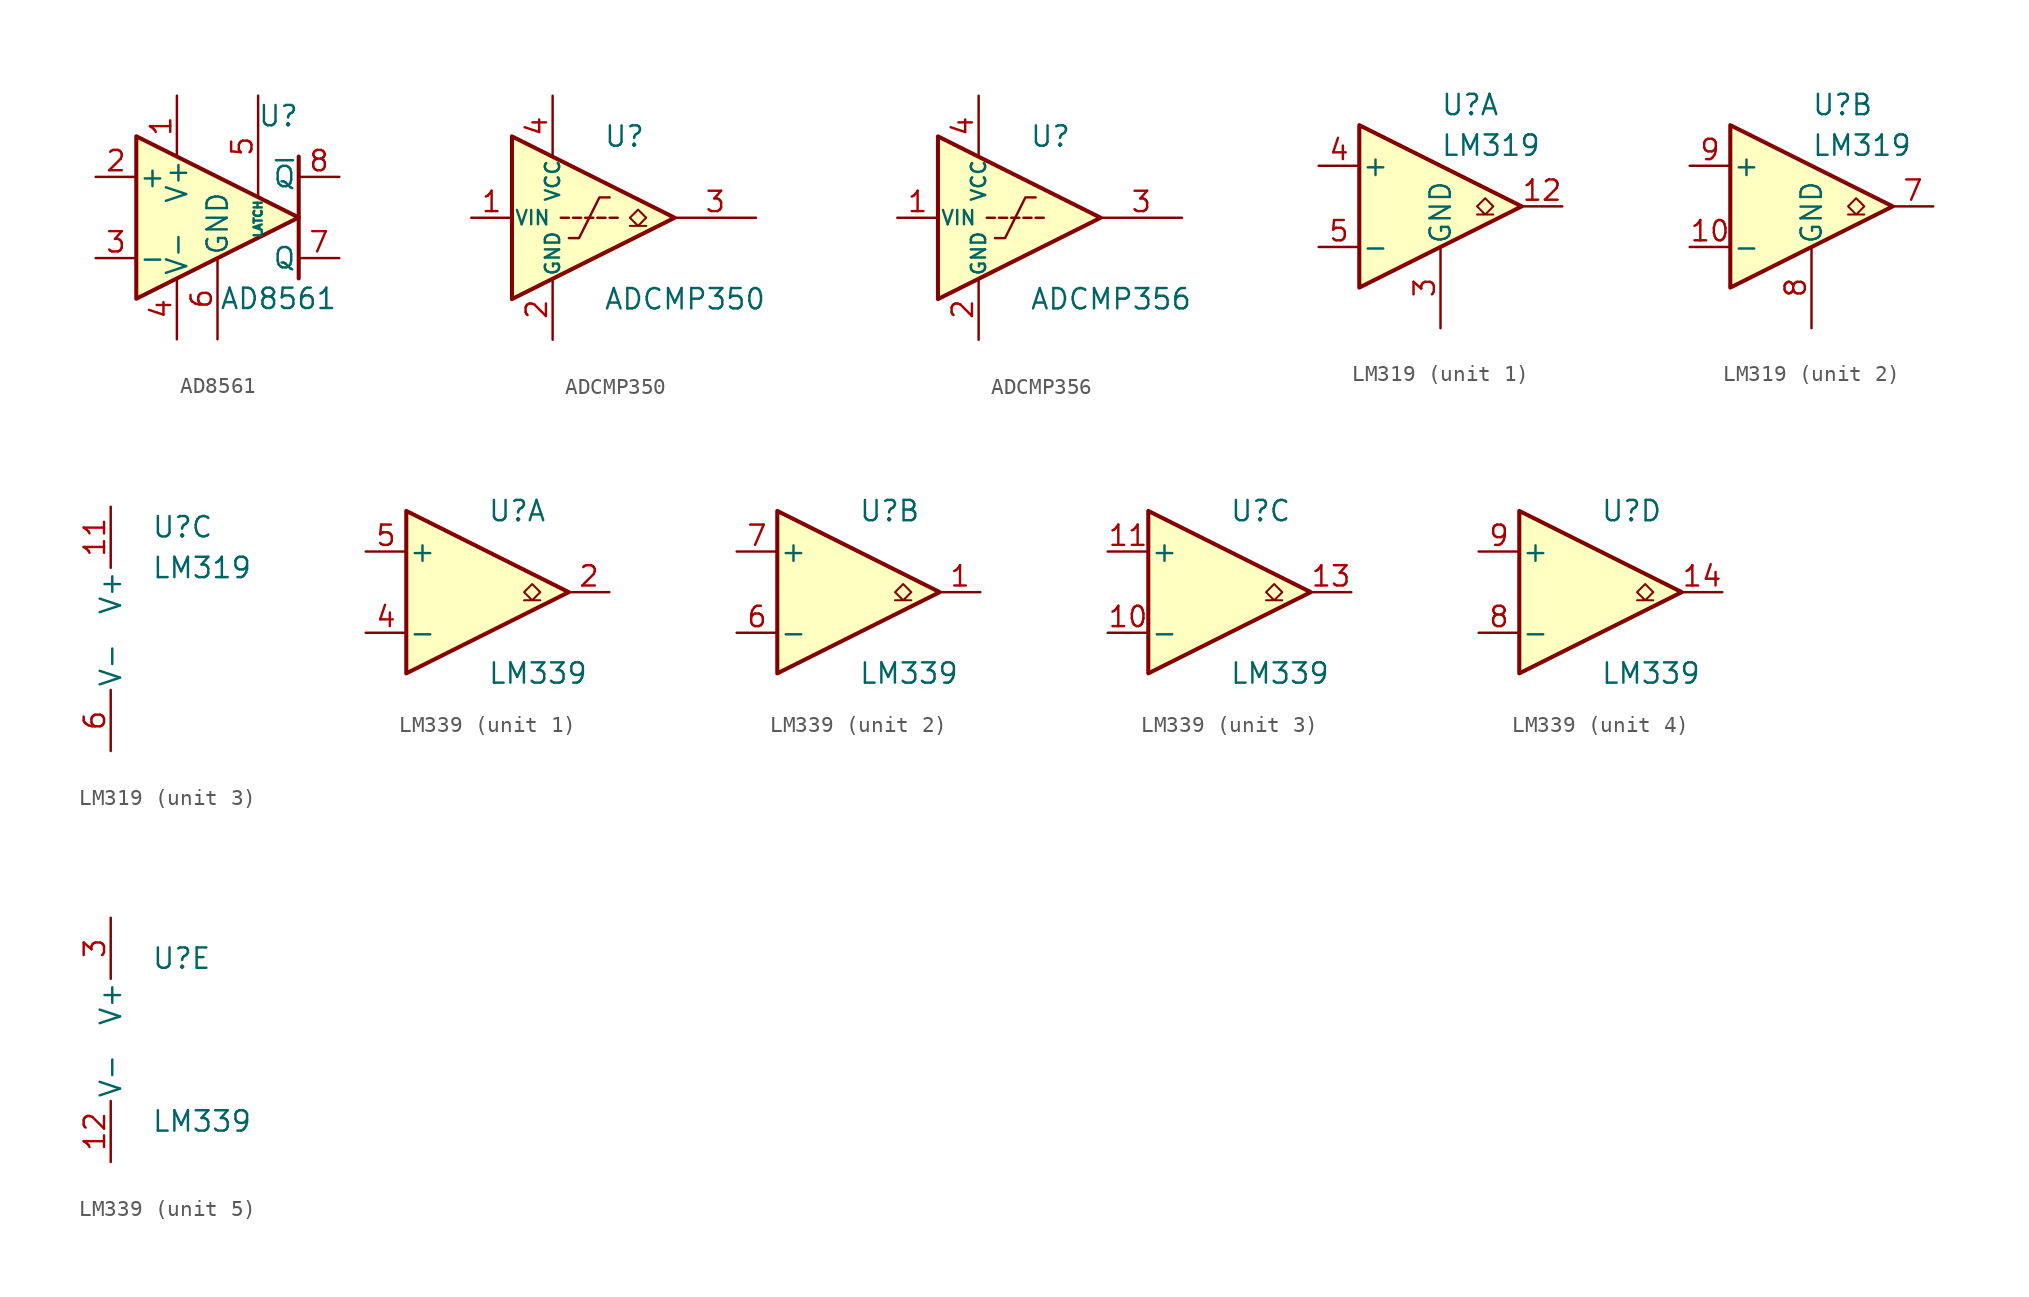
<source format=kicad_sym>
(kicad_symbol_lib
  (version 20201005)
  (generator kicad_symbol_editor)
  (symbol "AD8561"
    (pin_names
      (offset 0.127))
    (property "Reference" "U"
      (at 3.81 6.35 0)
      (effects (font (size 1.27 1.27))))
    (property "Value" "AD8561"
      (at 3.81 -5.08 0)
      (effects (font (size 1.27 1.27))))
    (symbol "AD8561_0_1"
      (polyline (pts (xy 5.08 3.81) (xy 5.08 -3.81)) (stroke (width 0.254)) (fill (type none)))
      (polyline (pts (xy -5.08 5.08) (xy 5.08 0) (xy -5.08 -5.08) (xy -5.08 5.08)) (stroke (width 0.254)) (fill (type background))))
    (symbol "AD8561_1_1"
      (pin power_in line (at -2.54 7.62 270) (length 3.81) (name "V+" (effects (font (size 1.27 1.27)))) (number "1" (effects (font (size 1.27 1.27)))))
      (pin input line (at -7.62 2.54 0) (length 2.54) (name "+" (effects (font (size 1.27 1.27)))) (number "2" (effects (font (size 1.27 1.27)))))
      (pin input line (at -7.62 -2.54 0) (length 2.54) (name "-" (effects (font (size 1.27 1.27)))) (number "3" (effects (font (size 1.27 1.27)))))
      (pin power_in line (at -2.54 -7.62 90) (length 3.81) (name "V-" (effects (font (size 1.27 1.27)))) (number "4" (effects (font (size 1.27 1.27)))))
      (pin input line (at 2.54 7.62 270) (length 6.35) (name "LATCH" (effects (font (size 0.508 0.508)))) (number "5" (effects (font (size 1.27 1.27)))))
      (pin power_in line (at 0 -7.62 90) (length 5.08) (name "GND" (effects (font (size 1.27 1.27)))) (number "6" (effects (font (size 1.27 1.27)))))
      (pin output line (at 7.62 -2.54 180) (length 2.54) (name "Q" (effects (font (size 1.27 1.27)))) (number "7" (effects (font (size 1.27 1.27)))))
      (pin output line (at 7.62 2.54 180) (length 2.54) (name "~Q" (effects (font (size 1.27 1.27)))) (number "8" (effects (font (size 1.27 1.27)))))))
  (symbol "ADCMP350"
    (pin_names
      (offset 0.127))
    (property "Reference" "U"
      (at 3.175 5.08 0)
      (effects (font (size 1.27 1.27)) (justify left)))
    (property "Value" "ADCMP350"
      (at 3.175 -5.08 0)
      (effects (font (size 1.27 1.27)) (justify left)))
    (symbol "ADCMP350_0_1"
      (polyline (pts (xy 1.016 0) (xy 0.508 0)) (stroke (width 0)) (fill (type none)))
      (polyline (pts (xy 1.778 0) (xy 1.27 0)) (stroke (width 0)) (fill (type none)))
      (polyline (pts (xy 2.032 0) (xy 2.54 0)) (stroke (width 0)) (fill (type none)))
      (polyline (pts (xy 2.794 0) (xy 3.302 0)) (stroke (width 0)) (fill (type none)))
      (polyline (pts (xy 3.556 0) (xy 4.064 0)) (stroke (width 0)) (fill (type none)))
      (polyline (pts (xy 1.016 -1.27) (xy 1.651 -1.27) (xy 2.921 1.27) (xy 3.556 1.27)) (stroke (width 0)) (fill (type none)))
      (polyline (pts (xy 4.826 -0.508) (xy 5.334 -0.508) (xy 4.826 0) (xy 5.334 0.508) (xy 5.842 0) (xy 5.334 -0.508) (xy 5.842 -0.508)) (stroke (width 0.127)) (fill (type none)))
      (polyline (pts (xy -2.54 5.08) (xy 7.62 0) (xy -2.54 -5.08) (xy -2.54 5.08)) (stroke (width 0.254)) (fill (type background))))
    (symbol "ADCMP350_1_1"
      (pin input line (at -5.08 0 0) (length 2.54) (name "VIN" (effects (font (size 0.889 0.889)))) (number "1" (effects (font (size 1.27 1.27)))))
      (pin power_in line (at 0 -7.62 90) (length 3.81) (name "GND" (effects (font (size 0.889 0.889)))) (number "2" (effects (font (size 1.27 1.27)))))
      (pin open_collector line (at 12.7 0 180) (length 5.08) (name "~" (effects (font (size 1.27 1.27)))) (number "3" (effects (font (size 1.27 1.27)))))
      (pin power_in line (at 0 7.62 270) (length 3.81) (name "VCC" (effects (font (size 0.889 0.889)))) (number "4" (effects (font (size 1.27 1.27)))))))
  (symbol "ADCMP356"
    (pin_names
      (offset 0.127))
    (property "Reference" "U"
      (at 3.175 5.08 0)
      (effects (font (size 1.27 1.27)) (justify left)))
    (property "Value" "ADCMP356"
      (at 3.175 -5.08 0)
      (effects (font (size 1.27 1.27)) (justify left)))
    (symbol "ADCMP356_0_1"
      (polyline (pts (xy 1.016 0) (xy 0.508 0)) (stroke (width 0)) (fill (type none)))
      (polyline (pts (xy 1.778 0) (xy 1.27 0)) (stroke (width 0)) (fill (type none)))
      (polyline (pts (xy 2.032 0) (xy 2.54 0)) (stroke (width 0)) (fill (type none)))
      (polyline (pts (xy 2.794 0) (xy 3.302 0)) (stroke (width 0)) (fill (type none)))
      (polyline (pts (xy 3.556 0) (xy 4.064 0)) (stroke (width 0)) (fill (type none)))
      (polyline (pts (xy 1.016 -1.27) (xy 1.651 -1.27) (xy 2.921 1.27) (xy 3.556 1.27)) (stroke (width 0)) (fill (type none)))
      (polyline (pts (xy -2.54 5.08) (xy 7.62 0) (xy -2.54 -5.08) (xy -2.54 5.08)) (stroke (width 0.254)) (fill (type background))))
    (symbol "ADCMP356_1_1"
      (pin input line (at -5.08 0 0) (length 2.54) (name "VIN" (effects (font (size 0.889 0.889)))) (number "1" (effects (font (size 1.27 1.27)))))
      (pin power_in line (at 0 -7.62 90) (length 3.81) (name "GND" (effects (font (size 0.889 0.889)))) (number "2" (effects (font (size 1.27 1.27)))))
      (pin output line (at 12.7 0 180) (length 5.08) (name "~" (effects (font (size 1.27 1.27)))) (number "3" (effects (font (size 1.27 1.27)))))
      (pin power_in line (at 0 7.62 270) (length 3.81) (name "VCC" (effects (font (size 0.889 0.889)))) (number "4" (effects (font (size 1.27 1.27)))))))
  (symbol "LM319"
    (pin_names
      (offset 0.127))
    (property "Reference" "U"
      (at 0 6.35 0)
      (effects (font (size 1.27 1.27)) (justify left)))
    (property "Value" "LM319"
      (at 0 3.81 0)
      (effects (font (size 1.27 1.27)) (justify left)))
    (property "ki_locked" ""
      (at 0 0 0)
      (effects (font (size 1.27 1.27))))
    (symbol "LM319_1_1"
      (polyline (pts (xy 2.286 -0.508) (xy 2.794 -0.508) (xy 2.286 0) (xy 2.794 0.508) (xy 3.302 0) (xy 2.794 -0.508) (xy 3.302 -0.508)) (stroke (width 0.127)) (fill (type none)))
      (polyline (pts (xy -5.08 5.08) (xy 5.08 0) (xy -5.08 -5.08) (xy -5.08 5.08) (xy -5.08 5.08)) (stroke (width 0.254)) (fill (type background)))
      (pin no_connect line (at 0 -2.54 90) (length 2.54) hide (name "NC" (effects (font (size 1.27 1.27)))) (number "1" (effects (font (size 1.27 1.27)))))
      (pin open_collector line (at 7.62 0 180) (length 2.54) (name "~" (effects (font (size 1.27 1.27)))) (number "12" (effects (font (size 1.27 1.27)))))
      (pin no_connect line (at 0 2.54 270) (length 2.54) hide (name "NC" (effects (font (size 1.27 1.27)))) (number "2" (effects (font (size 1.27 1.27)))))
      (pin passive line (at 0 -7.62 90) (length 5.08) (name "GND" (effects (font (size 1.27 1.27)))) (number "3" (effects (font (size 1.27 1.27)))))
      (pin input line (at -7.62 2.54 0) (length 2.54) (name "+" (effects (font (size 1.27 1.27)))) (number "4" (effects (font (size 1.27 1.27)))))
      (pin input line (at -7.62 -2.54 0) (length 2.54) (name "-" (effects (font (size 1.27 1.27)))) (number "5" (effects (font (size 1.27 1.27))))))
    (symbol "LM319_2_1"
      (polyline (pts (xy 3.302 -0.508) (xy 2.794 -0.508) (xy 3.302 0) (xy 2.794 0.508) (xy 2.286 0) (xy 2.794 -0.508) (xy 2.286 -0.508)) (stroke (width 0.127)) (fill (type none)))
      (polyline (pts (xy -5.08 5.08) (xy 5.08 0) (xy -5.08 -5.08) (xy -5.08 5.08) (xy -5.08 5.08)) (stroke (width 0.254)) (fill (type background)))
      (pin input line (at -7.62 -2.54 0) (length 2.54) (name "-" (effects (font (size 1.27 1.27)))) (number "10" (effects (font (size 1.27 1.27)))))
      (pin no_connect line (at 0 -2.54 90) (length 2.54) hide (name "NC" (effects (font (size 1.27 1.27)))) (number "13" (effects (font (size 1.27 1.27)))))
      (pin no_connect line (at 0 2.54 270) (length 2.54) hide (name "NC" (effects (font (size 1.27 1.27)))) (number "14" (effects (font (size 1.27 1.27)))))
      (pin open_collector line (at 7.62 0 180) (length 2.54) (name "~" (effects (font (size 1.27 1.27)))) (number "7" (effects (font (size 1.27 1.27)))))
      (pin passive line (at 0 -7.62 90) (length 5.08) (name "GND" (effects (font (size 1.27 1.27)))) (number "8" (effects (font (size 1.27 1.27)))))
      (pin input line (at -7.62 2.54 0) (length 2.54) (name "+" (effects (font (size 1.27 1.27)))) (number "9" (effects (font (size 1.27 1.27))))))
    (symbol "LM319_3_1"
      (pin power_in line (at -2.54 7.62 270) (length 3.81) (name "V+" (effects (font (size 1.27 1.27)))) (number "11" (effects (font (size 1.27 1.27)))))
      (pin power_in line (at -2.54 -7.62 90) (length 3.81) (name "V-" (effects (font (size 1.27 1.27)))) (number "6" (effects (font (size 1.27 1.27)))))))
  (symbol "LM339"
    (pin_names
      (offset 0.127))
    (property "Reference" "U"
      (at 0 5.08 0)
      (effects (font (size 1.27 1.27)) (justify left)))
    (property "Value" "LM339"
      (at 0 -5.08 0)
      (effects (font (size 1.27 1.27)) (justify left)))
    (property "ki_locked" ""
      (at 0 0 0)
      (effects (font (size 1.27 1.27))))
    (symbol "LM339_1_1"
      (polyline (pts (xy 3.302 -0.508) (xy 2.794 -0.508) (xy 3.302 0) (xy 2.794 0.508) (xy 2.286 0) (xy 2.794 -0.508) (xy 2.286 -0.508)) (stroke (width 0.127)) (fill (type none)))
      (polyline (pts (xy -5.08 5.08) (xy 5.08 0) (xy -5.08 -5.08) (xy -5.08 5.08)) (stroke (width 0.254)) (fill (type background)))
      (pin open_collector line (at 7.62 0 180) (length 2.54) (name "~" (effects (font (size 1.27 1.27)))) (number "2" (effects (font (size 1.27 1.27)))))
      (pin input line (at -7.62 -2.54 0) (length 2.54) (name "-" (effects (font (size 1.27 1.27)))) (number "4" (effects (font (size 1.27 1.27)))))
      (pin input line (at -7.62 2.54 0) (length 2.54) (name "+" (effects (font (size 1.27 1.27)))) (number "5" (effects (font (size 1.27 1.27))))))
    (symbol "LM339_2_1"
      (polyline (pts (xy 3.302 -0.508) (xy 2.794 -0.508) (xy 3.302 0) (xy 2.794 0.508) (xy 2.286 0) (xy 2.794 -0.508) (xy 2.286 -0.508)) (stroke (width 0.127)) (fill (type none)))
      (polyline (pts (xy -5.08 5.08) (xy 5.08 0) (xy -5.08 -5.08) (xy -5.08 5.08)) (stroke (width 0.254)) (fill (type background)))
      (pin open_collector line (at 7.62 0 180) (length 2.54) (name "~" (effects (font (size 1.27 1.27)))) (number "1" (effects (font (size 1.27 1.27)))))
      (pin input line (at -7.62 -2.54 0) (length 2.54) (name "-" (effects (font (size 1.27 1.27)))) (number "6" (effects (font (size 1.27 1.27)))))
      (pin input line (at -7.62 2.54 0) (length 2.54) (name "+" (effects (font (size 1.27 1.27)))) (number "7" (effects (font (size 1.27 1.27))))))
    (symbol "LM339_3_1"
      (polyline (pts (xy 3.302 -0.508) (xy 2.794 -0.508) (xy 3.302 0) (xy 2.794 0.508) (xy 2.286 0) (xy 2.794 -0.508) (xy 2.286 -0.508)) (stroke (width 0.127)) (fill (type none)))
      (polyline (pts (xy -5.08 5.08) (xy 5.08 0) (xy -5.08 -5.08) (xy -5.08 5.08)) (stroke (width 0.254)) (fill (type background)))
      (pin input line (at -7.62 -2.54 0) (length 2.54) (name "-" (effects (font (size 1.27 1.27)))) (number "10" (effects (font (size 1.27 1.27)))))
      (pin input line (at -7.62 2.54 0) (length 2.54) (name "+" (effects (font (size 1.27 1.27)))) (number "11" (effects (font (size 1.27 1.27)))))
      (pin open_collector line (at 7.62 0 180) (length 2.54) (name "~" (effects (font (size 1.27 1.27)))) (number "13" (effects (font (size 1.27 1.27))))))
    (symbol "LM339_4_1"
      (polyline (pts (xy 3.302 -0.508) (xy 2.794 -0.508) (xy 3.302 0) (xy 2.794 0.508) (xy 2.286 0) (xy 2.794 -0.508) (xy 2.286 -0.508)) (stroke (width 0.127)) (fill (type none)))
      (polyline (pts (xy -5.08 5.08) (xy 5.08 0) (xy -5.08 -5.08) (xy -5.08 5.08)) (stroke (width 0.254)) (fill (type background)))
      (pin open_collector line (at 7.62 0 180) (length 2.54) (name "~" (effects (font (size 1.27 1.27)))) (number "14" (effects (font (size 1.27 1.27)))))
      (pin input line (at -7.62 -2.54 0) (length 2.54) (name "-" (effects (font (size 1.27 1.27)))) (number "8" (effects (font (size 1.27 1.27)))))
      (pin input line (at -7.62 2.54 0) (length 2.54) (name "+" (effects (font (size 1.27 1.27)))) (number "9" (effects (font (size 1.27 1.27))))))
    (symbol "LM339_5_1"
      (pin power_in line (at -2.54 -7.62 90) (length 3.81) (name "V-" (effects (font (size 1.27 1.27)))) (number "12" (effects (font (size 1.27 1.27)))))
      (pin power_in line (at -2.54 7.62 270) (length 3.81) (name "V+" (effects (font (size 1.27 1.27)))) (number "3" (effects (font (size 1.27 1.27))))))))
</source>
